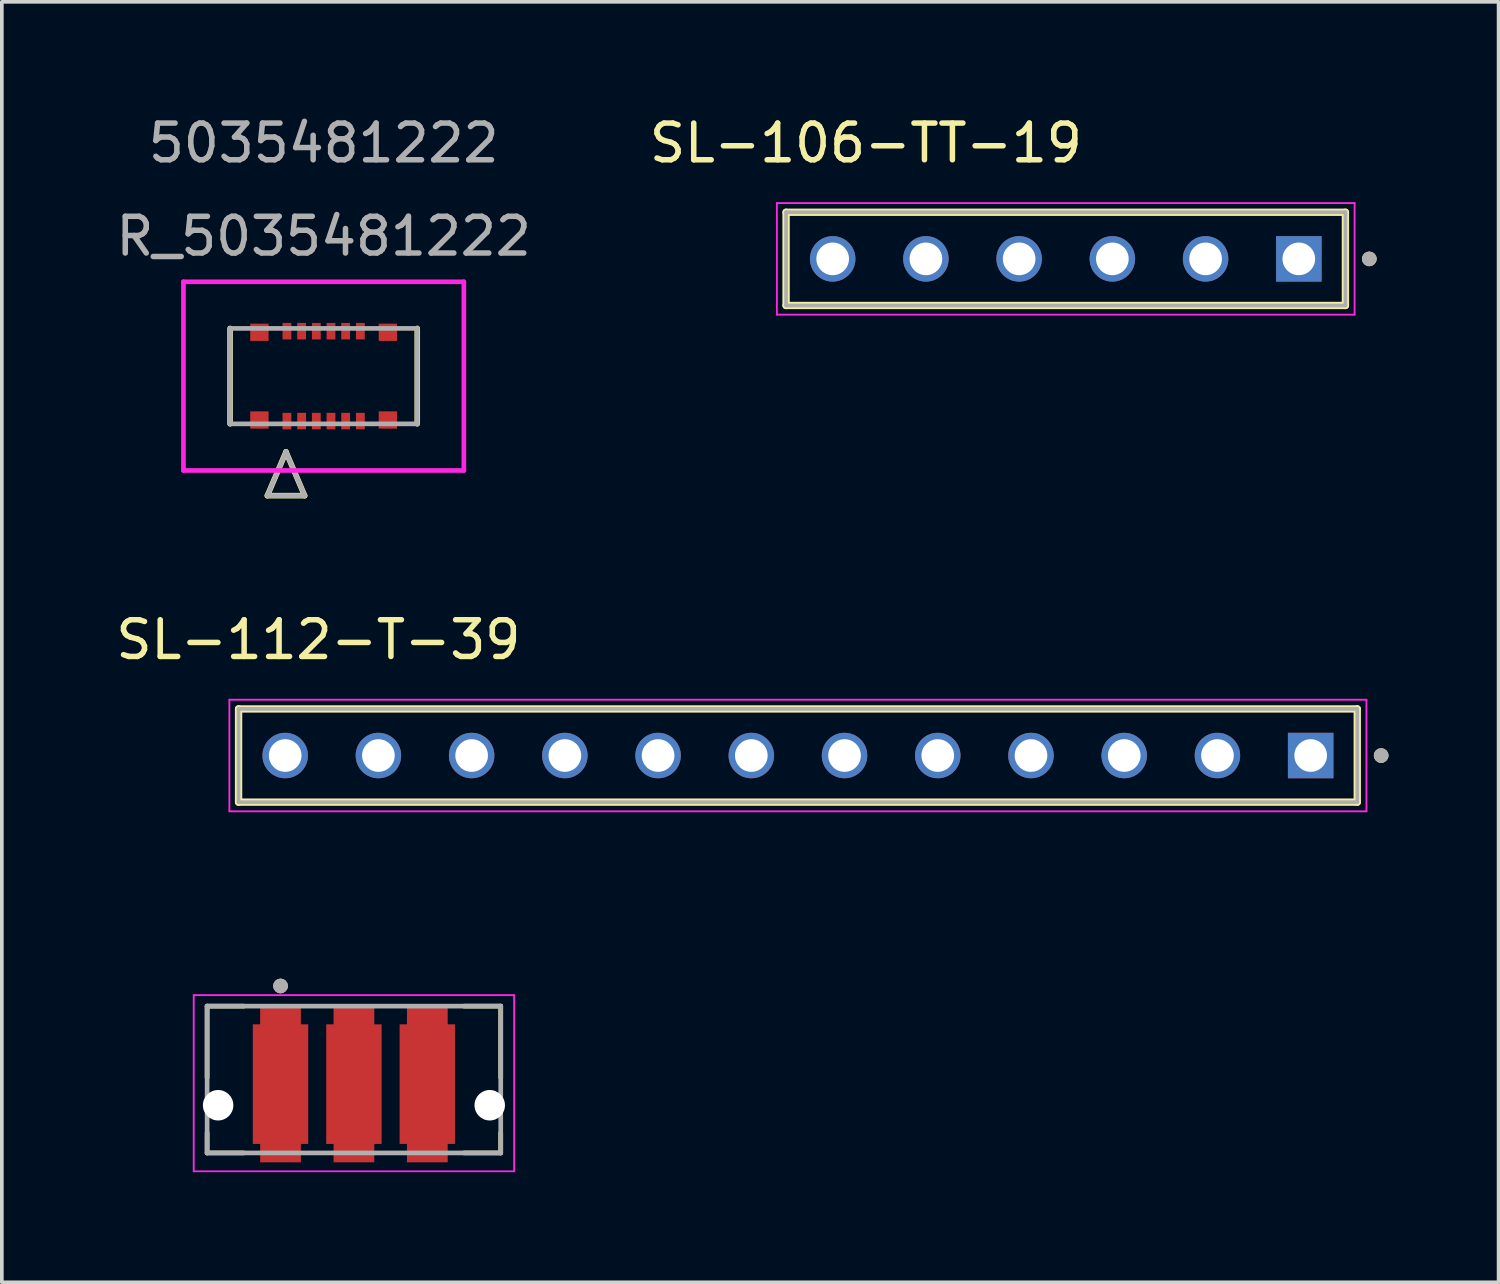
<source format=kicad_pcb>
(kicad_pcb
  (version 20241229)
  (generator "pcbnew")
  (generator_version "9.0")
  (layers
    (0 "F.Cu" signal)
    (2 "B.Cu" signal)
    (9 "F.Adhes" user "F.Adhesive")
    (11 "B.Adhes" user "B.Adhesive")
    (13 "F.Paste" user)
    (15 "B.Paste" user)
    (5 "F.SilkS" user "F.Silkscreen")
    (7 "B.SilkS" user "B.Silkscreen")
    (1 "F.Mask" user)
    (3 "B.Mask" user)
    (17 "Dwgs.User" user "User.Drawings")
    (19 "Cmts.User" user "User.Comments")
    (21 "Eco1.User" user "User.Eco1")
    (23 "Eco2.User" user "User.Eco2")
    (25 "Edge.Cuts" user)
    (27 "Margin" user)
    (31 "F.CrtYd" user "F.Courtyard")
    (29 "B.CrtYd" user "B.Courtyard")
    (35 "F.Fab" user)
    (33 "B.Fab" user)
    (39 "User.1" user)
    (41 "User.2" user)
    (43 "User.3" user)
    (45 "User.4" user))
  (footprint "SL-106-TT-19"
    (layer "F.Cu")
    (at 32.337 4.003)
    (property "Reference" "SL-106-TT-19" (at -11.795 -3.155 0) (layer "F.SilkS") (effects (font (size 1 1) (thickness 0.15))))
    (attr through_hole)
    (fp_line (start -13.97 1.27) (end -13.97 -1.27) (stroke (width 0.2) (type solid)) (layer "F.SilkS"))
    (fp_line (start 1.27 -1.27) (end -13.97 -1.27) (stroke (width 0.2) (type solid)) (layer "F.SilkS"))
    (fp_line (start 1.27 -1.27) (end 1.27 1.27) (stroke (width 0.2) (type solid)) (layer "F.SilkS"))
    (fp_line (start 1.27 1.27) (end -13.97 1.27) (stroke (width 0.2) (type solid)) (layer "F.SilkS"))
    (fp_circle (center 1.92 0) (end 2.02 0) (stroke (width 0.2) (type solid)) (fill no) (layer "F.SilkS"))
    (fp_line (start -14.22 -1.52) (end 1.52 -1.52) (stroke (width 0.05) (type solid)) (layer "F.CrtYd"))
    (fp_line (start -14.22 1.52) (end -14.22 -1.52) (stroke (width 0.05) (type solid)) (layer "F.CrtYd"))
    (fp_line (start 1.52 -1.52) (end 1.52 1.52) (stroke (width 0.05) (type solid)) (layer "F.CrtYd"))
    (fp_line (start 1.52 1.52) (end -14.22 1.52) (stroke (width 0.05) (type solid)) (layer "F.CrtYd"))
    (fp_line (start -13.97 -1.27) (end 1.27 -1.27) (stroke (width 0.1) (type solid)) (layer "F.Fab"))
    (fp_line (start -13.97 1.27) (end -13.97 -1.27) (stroke (width 0.1) (type solid)) (layer "F.Fab"))
    (fp_line (start 1.27 -1.27) (end 1.27 1.27) (stroke (width 0.1) (type solid)) (layer "F.Fab"))
    (fp_line (start 1.27 1.27) (end -13.97 1.27) (stroke (width 0.1) (type solid)) (layer "F.Fab"))
    (fp_circle (center 1.92 0) (end 2.02 0) (stroke (width 0.2) (type solid)) (fill no) (layer "F.Fab"))
    (pad "01" thru_hole rect (at 0 0) (size 1.239 1.239) (drill 0.889) (layers "*.Cu" "*.Mask"))
    (pad "02" thru_hole circle (at -2.54 0) (size 1.239 1.239) (drill 0.889) (layers "*.Cu" "*.Mask"))
    (pad "03" thru_hole circle (at -5.08 0) (size 1.239 1.239) (drill 0.889) (layers "*.Cu" "*.Mask"))
    (pad "04" thru_hole circle (at -7.62 0) (size 1.239 1.239) (drill 0.889) (layers "*.Cu" "*.Mask"))
    (pad "05" thru_hole circle (at -10.16 0) (size 1.239 1.239) (drill 0.889) (layers "*.Cu" "*.Mask"))
    (pad "06" thru_hole circle (at -12.7 0) (size 1.239 1.239) (drill 0.889) (layers "*.Cu" "*.Mask")))
  (footprint "SL-112-T-39"
    (layer "F.Cu")
    (at 32.66 17.535)
    (property "Reference" "SL-112-T-39" (at -27.035 -3.155 0) (layer "F.SilkS") (effects (font (size 1 1) (thickness 0.15))))
    (attr through_hole)
    (fp_line (start -29.21 1.27) (end -29.21 -1.27) (stroke (width 0.2) (type solid)) (layer "F.SilkS"))
    (fp_line (start 1.27 -1.27) (end -29.21 -1.27) (stroke (width 0.2) (type solid)) (layer "F.SilkS"))
    (fp_line (start 1.27 -1.27) (end 1.27 1.27) (stroke (width 0.2) (type solid)) (layer "F.SilkS"))
    (fp_line (start 1.27 1.27) (end -29.21 1.27) (stroke (width 0.2) (type solid)) (layer "F.SilkS"))
    (fp_circle (center 1.92 0) (end 2.02 0) (stroke (width 0.2) (type solid)) (fill no) (layer "F.SilkS"))
    (fp_line (start -29.46 -1.52) (end 1.52 -1.52) (stroke (width 0.05) (type solid)) (layer "F.CrtYd"))
    (fp_line (start -29.46 1.52) (end -29.46 -1.52) (stroke (width 0.05) (type solid)) (layer "F.CrtYd"))
    (fp_line (start 1.52 -1.52) (end 1.52 1.52) (stroke (width 0.05) (type solid)) (layer "F.CrtYd"))
    (fp_line (start 1.52 1.52) (end -29.46 1.52) (stroke (width 0.05) (type solid)) (layer "F.CrtYd"))
    (fp_line (start -29.21 -1.27) (end 1.27 -1.27) (stroke (width 0.1) (type solid)) (layer "F.Fab"))
    (fp_line (start -29.21 1.27) (end -29.21 -1.27) (stroke (width 0.1) (type solid)) (layer "F.Fab"))
    (fp_line (start 1.27 -1.27) (end 1.27 1.27) (stroke (width 0.1) (type solid)) (layer "F.Fab"))
    (fp_line (start 1.27 1.27) (end -29.21 1.27) (stroke (width 0.1) (type solid)) (layer "F.Fab"))
    (fp_circle (center 1.92 0) (end 2.02 0) (stroke (width 0.2) (type solid)) (fill no) (layer "F.Fab"))
    (pad "01" thru_hole rect (at 0 0) (size 1.239 1.239) (drill 0.889) (layers "*.Cu" "*.Mask"))
    (pad "02" thru_hole circle (at -2.54 0) (size 1.239 1.239) (drill 0.889) (layers "*.Cu" "*.Mask"))
    (pad "03" thru_hole circle (at -5.08 0) (size 1.239 1.239) (drill 0.889) (layers "*.Cu" "*.Mask"))
    (pad "04" thru_hole circle (at -7.62 0) (size 1.239 1.239) (drill 0.889) (layers "*.Cu" "*.Mask"))
    (pad "05" thru_hole circle (at -10.16 0) (size 1.239 1.239) (drill 0.889) (layers "*.Cu" "*.Mask"))
    (pad "06" thru_hole circle (at -12.7 0) (size 1.239 1.239) (drill 0.889) (layers "*.Cu" "*.Mask"))
    (pad "07" thru_hole circle (at -15.24 0) (size 1.239 1.239) (drill 0.889) (layers "*.Cu" "*.Mask"))
    (pad "08" thru_hole circle (at -17.78 0) (size 1.239 1.239) (drill 0.889) (layers "*.Cu" "*.Mask"))
    (pad "09" thru_hole circle (at -20.32 0) (size 1.239 1.239) (drill 0.889) (layers "*.Cu" "*.Mask"))
    (pad "10" thru_hole circle (at -22.86 0) (size 1.239 1.239) (drill 0.889) (layers "*.Cu" "*.Mask"))
    (pad "11" thru_hole circle (at -25.4 0) (size 1.239 1.239) (drill 0.889) (layers "*.Cu" "*.Mask"))
    (pad "12" thru_hole circle (at -27.94 0) (size 1.239 1.239) (drill 0.889) (layers "*.Cu" "*.Mask")))
  (footprint "R_5035481222"
    (layer "F.Cu")
    (at 5.768 7.198)
    (property "Reference" "R_5035481222" (at 0 -3.81 0) (unlocked yes) (layer "User.2") (effects (font (size 1 1) (thickness 0.15))))
    (attr smd)
    (fp_line (start -2.55 -1.3) (end -2.55 1.3) (stroke (width 0.152) (type solid)) (layer "F.SilkS"))
    (fp_line (start -1.534 3.257) (end -1.026 2.063) (stroke (width 0.152) (type solid)) (layer "F.SilkS"))
    (fp_line (start -1.534 3.257) (end -0.518 3.257) (stroke (width 0.152) (type solid)) (layer "F.SilkS"))
    (fp_line (start -0.518 3.257) (end -1.026 2.063) (stroke (width 0.152) (type solid)) (layer "F.SilkS"))
    (fp_line (start 2.55 1.3) (end 2.55 -1.3) (stroke (width 0.152) (type solid)) (layer "F.SilkS"))
    (fp_line (start -3.82 -2.57) (end -3.82 2.57) (stroke (width 0.127) (type solid)) (layer "F.CrtYd"))
    (fp_line (start -3.82 2.57) (end 3.82 2.57) (stroke (width 0.127) (type solid)) (layer "F.CrtYd"))
    (fp_line (start 3.82 -2.57) (end -3.82 -2.57) (stroke (width 0.127) (type solid)) (layer "F.CrtYd"))
    (fp_line (start 3.82 2.57) (end 3.82 -2.57) (stroke (width 0.127) (type solid)) (layer "F.CrtYd"))
    (fp_line (start -2.55 -1.3) (end -2.55 1.3) (stroke (width 0.127) (type solid)) (layer "F.Fab"))
    (fp_line (start -2.55 1.3) (end 2.55 1.3) (stroke (width 0.127) (type solid)) (layer "F.Fab"))
    (fp_line (start -1.534 3.257) (end -1.026 2.063) (stroke (width 0.127) (type solid)) (layer "F.Fab"))
    (fp_line (start -1.534 3.257) (end -0.518 3.257) (stroke (width 0.127) (type solid)) (layer "F.Fab"))
    (fp_line (start -0.518 3.257) (end -1.026 2.063) (stroke (width 0.127) (type solid)) (layer "F.Fab"))
    (fp_line (start 2.55 -1.3) (end -2.55 -1.3) (stroke (width 0.127) (type solid)) (layer "F.Fab"))
    (fp_line (start 2.55 1.3) (end 2.55 -1.3) (stroke (width 0.127) (type solid)) (layer "F.Fab"))
    (fp_text user "${REFERENCE}" (at 0 -3.81 0) (unlocked yes) (layer "F.Fab") (effects (font (size 1 1) (thickness 0.15))))
    (fp_text user "5035481222" (at 0 -6.35 0) (unlocked yes) (layer "F.Fab") (effects (font (size 1 1) (thickness 0.15))))
    (pad "1" smd rect (at -1 1.225) (size 0.24 0.45) (layers "F.Cu" "F.Mask" "F.Paste"))
    (pad "2" smd rect (at -0.6 1.225) (size 0.24 0.45) (layers "F.Cu" "F.Mask" "F.Paste"))
    (pad "3" smd rect (at -0.2 1.225) (size 0.24 0.45) (layers "F.Cu" "F.Mask" "F.Paste"))
    (pad "4" smd rect (at 0.2 1.225) (size 0.24 0.45) (layers "F.Cu" "F.Mask" "F.Paste"))
    (pad "5" smd rect (at 0.6 1.225) (size 0.24 0.45) (layers "F.Cu" "F.Mask" "F.Paste"))
    (pad "6" smd rect (at 1 1.225) (size 0.24 0.45) (layers "F.Cu" "F.Mask" "F.Paste"))
    (pad "7" smd rect (at -1 -1.225) (size 0.24 0.45) (layers "F.Cu" "F.Mask" "F.Paste"))
    (pad "8" smd rect (at -0.6 -1.225) (size 0.24 0.45) (layers "F.Cu" "F.Mask" "F.Paste"))
    (pad "9" smd rect (at -0.2 -1.225) (size 0.24 0.45) (layers "F.Cu" "F.Mask" "F.Paste"))
    (pad "10" smd rect (at 0.2 -1.225) (size 0.24 0.45) (layers "F.Cu" "F.Mask" "F.Paste"))
    (pad "11" smd rect (at 0.6 -1.225) (size 0.24 0.45) (layers "F.Cu" "F.Mask" "F.Paste"))
    (pad "12" smd rect (at 1 -1.225) (size 0.24 0.45) (layers "F.Cu" "F.Mask" "F.Paste"))
    (pad "SH" smd rect (at -1.75 -1.195) (size 0.5 0.47) (layers "F.Cu" "F.Mask" "F.Paste"))
    (pad "SH" smd rect (at -1.75 1.195) (size 0.5 0.47) (layers "F.Cu" "F.Mask" "F.Paste"))
    (pad "SH" smd rect (at 1.75 -1.195) (size 0.5 0.47) (layers "F.Cu" "F.Mask" "F.Paste"))
    (pad "SH" smd rect (at 1.75 1.195) (size 0.5 0.47) (layers "F.Cu" "F.Mask" "F.Paste")))
  (footprint "TE_1612901-1"
    (layer "F.Cu")
    (at 6.593 27.063)
    (property "Reference" "TE_1612901-1" (at -0.825 -4.135 0) (layer "User.2") (effects (font (size 1 1) (thickness 0.15))))
    (attr smd)
    (fp_poly (pts (xy -2.65 -2.85) (xy -2.65 -2.3) (xy -2.85 -2.3) (xy -2.85 1.15) (xy -2.65 1.15) (xy -2.65 1.65) (xy -1.35 1.65) (xy -1.35 1.15) (xy -1.15 1.15) (xy -1.15 -2.3) (xy -1.35 -2.3) (xy -1.35 -2.85)) (stroke (width 0.01) (type solid)) (fill yes) (layer "F.Mask"))
    (fp_poly (pts (xy -0.65 -2.85) (xy -0.65 -2.3) (xy -0.85 -2.3) (xy -0.85 1.15) (xy -0.65 1.15) (xy -0.65 1.65) (xy 0.65 1.65) (xy 0.65 1.15) (xy 0.85 1.15) (xy 0.85 -2.3) (xy 0.65 -2.3) (xy 0.65 -2.85)) (stroke (width 0.01) (type solid)) (fill yes) (layer "F.Mask"))
    (fp_poly (pts (xy 1.35 -2.85) (xy 1.35 -2.3) (xy 1.15 -2.3) (xy 1.15 1.15) (xy 1.35 1.15) (xy 1.35 1.65) (xy 2.65 1.65) (xy 2.65 1.15) (xy 2.85 1.15) (xy 2.85 -2.3) (xy 2.65 -2.3) (xy 2.65 -2.85)) (stroke (width 0.01) (type solid)) (fill yes) (layer "F.Mask"))
    (fp_line (start -4 -2.7) (end -4 -0.75) (stroke (width 0.127) (type solid)) (layer "F.SilkS"))
    (fp_line (start -4 0.75) (end -4 1.3) (stroke (width 0.127) (type solid)) (layer "F.SilkS"))
    (fp_line (start -4 1.3) (end -3 1.3) (stroke (width 0.127) (type solid)) (layer "F.SilkS"))
    (fp_line (start -3 -2.7) (end -4 -2.7) (stroke (width 0.127) (type solid)) (layer "F.SilkS"))
    (fp_line (start 3 1.3) (end 4 1.3) (stroke (width 0.127) (type solid)) (layer "F.SilkS"))
    (fp_line (start 4 -2.7) (end 3 -2.7) (stroke (width 0.127) (type solid)) (layer "F.SilkS"))
    (fp_line (start 4 -2.7) (end 4 -0.75) (stroke (width 0.127) (type solid)) (layer "F.SilkS"))
    (fp_line (start 4 0.75) (end 4 1.3) (stroke (width 0.127) (type solid)) (layer "F.SilkS"))
    (fp_circle (center -2 -3.25) (end -1.9 -3.25) (stroke (width 0.2) (type solid)) (fill no) (layer "F.SilkS"))
    (fp_poly (pts (xy -2.55 -2.75) (xy -2.55 -2.2) (xy -2.75 -2.2) (xy -2.75 1.05) (xy -2.55 1.05) (xy -2.55 1.55) (xy -1.45 1.55) (xy -1.45 1.05) (xy -1.25 1.05) (xy -1.25 -2.2) (xy -1.45 -2.2) (xy -1.45 -2.75)) (stroke (width 0.01) (type solid)) (fill yes) (layer "F.Paste"))
    (fp_poly (pts (xy -0.55 -2.75) (xy -0.55 -2.2) (xy -0.75 -2.2) (xy -0.75 1.05) (xy -0.55 1.05) (xy -0.55 1.55) (xy 0.55 1.55) (xy 0.55 1.05) (xy 0.75 1.05) (xy 0.75 -2.2) (xy 0.55 -2.2) (xy 0.55 -2.75)) (stroke (width 0.01) (type solid)) (fill yes) (layer "F.Paste"))
    (fp_poly (pts (xy 1.45 -2.75) (xy 1.45 -2.2) (xy 1.25 -2.2) (xy 1.25 1.05) (xy 1.45 1.05) (xy 1.45 1.55) (xy 2.55 1.55) (xy 2.55 1.05) (xy 2.75 1.05) (xy 2.75 -2.2) (xy 2.55 -2.2) (xy 2.55 -2.75)) (stroke (width 0.01) (type solid)) (fill yes) (layer "F.Paste"))
    (fp_line (start -4.365 -3) (end 4.365 -3) (stroke (width 0.05) (type solid)) (layer "F.CrtYd"))
    (fp_line (start -4.365 1.8) (end -4.365 -3) (stroke (width 0.05) (type solid)) (layer "F.CrtYd"))
    (fp_line (start 4.365 -3) (end 4.365 1.8) (stroke (width 0.05) (type solid)) (layer "F.CrtYd"))
    (fp_line (start 4.365 1.8) (end -4.365 1.8) (stroke (width 0.05) (type solid)) (layer "F.CrtYd"))
    (fp_line (start -4 -2.7) (end 4 -2.7) (stroke (width 0.127) (type solid)) (layer "F.Fab"))
    (fp_line (start -4 1.3) (end -4 -2.7) (stroke (width 0.127) (type solid)) (layer "F.Fab"))
    (fp_line (start 4 -2.7) (end 4 1.3) (stroke (width 0.127) (type solid)) (layer "F.Fab"))
    (fp_line (start 4 1.3) (end -4 1.3) (stroke (width 0.127) (type solid)) (layer "F.Fab"))
    (fp_circle (center -2 -3.25) (end -1.9 -3.25) (stroke (width 0.2) (type solid)) (fill no) (layer "F.Fab"))
    (pad "" np_thru_hole circle (at -3.7 0) (size 0.83 0.83) (drill 0.83) (layers "*.Cu" "*.Mask"))
    (pad "" np_thru_hole circle (at 3.7 0) (size 0.83 0.83) (drill 0.83) (layers "*.Cu" "*.Mask"))
    (pad "1" smd custom (at -2 -0.6) (size 0.5 0.5) (layers "F.Cu") (options (anchor rect)) (primitives (gr_poly (pts (xy -0.55 -2.15) (xy -0.55 -1.6) (xy -0.75 -1.6) (xy -0.75 1.65) (xy -0.55 1.65) (xy -0.55 2.15) (xy 0.55 2.15) (xy 0.55 1.65) (xy 0.75 1.65) (xy 0.75 -1.6) (xy 0.55 -1.6) (xy 0.55 -2.15)) (width 0.01) (fill yes))))
    (pad "2" smd custom (at 0 -0.6) (size 0.5 0.5) (layers "F.Cu") (options (anchor rect)) (primitives (gr_poly (pts (xy -0.55 -2.15) (xy -0.55 -1.6) (xy -0.75 -1.6) (xy -0.75 1.65) (xy -0.55 1.65) (xy -0.55 2.15) (xy 0.55 2.15) (xy 0.55 1.65) (xy 0.75 1.65) (xy 0.75 -1.6) (xy 0.55 -1.6) (xy 0.55 -2.15)) (width 0.01) (fill yes))))
    (pad "3" smd custom (at 2 -0.6) (size 0.5 0.5) (layers "F.Cu") (options (anchor rect)) (primitives (gr_poly (pts (xy -0.55 -2.15) (xy -0.55 -1.6) (xy -0.75 -1.6) (xy -0.75 1.65) (xy -0.55 1.65) (xy -0.55 2.15) (xy 0.55 2.15) (xy 0.55 1.65) (xy 0.75 1.65) (xy 0.75 -1.6) (xy 0.55 -1.6) (xy 0.55 -2.15)) (width 0.01) (fill yes)))))
  (gr_rect
    (start -3 -3)
    (end 37.78 31.888)
    (stroke (width 0.1) (type default))
    (fill no)
    (layer "Edge.Cuts")))
</source>
